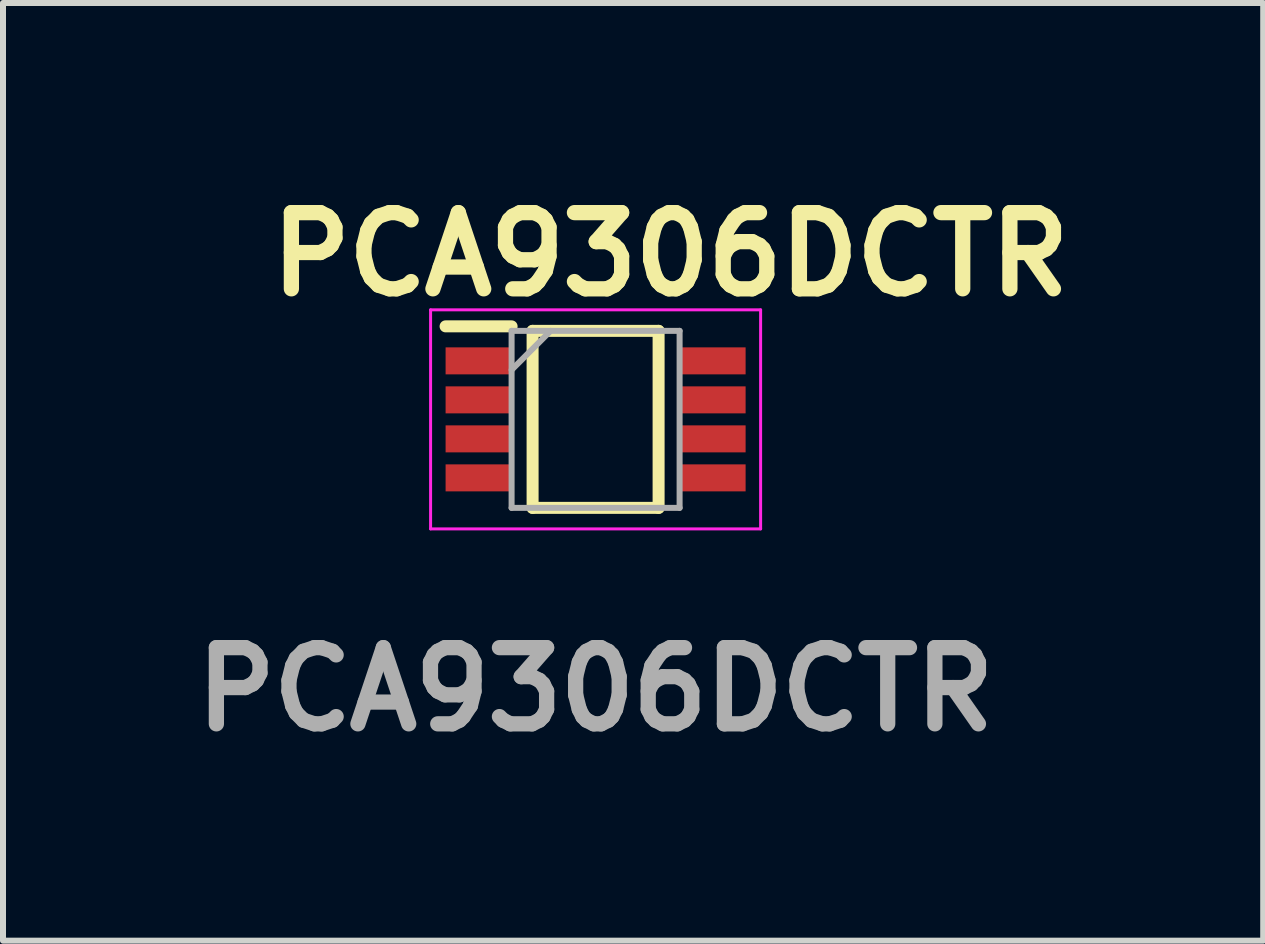
<source format=kicad_pcb>
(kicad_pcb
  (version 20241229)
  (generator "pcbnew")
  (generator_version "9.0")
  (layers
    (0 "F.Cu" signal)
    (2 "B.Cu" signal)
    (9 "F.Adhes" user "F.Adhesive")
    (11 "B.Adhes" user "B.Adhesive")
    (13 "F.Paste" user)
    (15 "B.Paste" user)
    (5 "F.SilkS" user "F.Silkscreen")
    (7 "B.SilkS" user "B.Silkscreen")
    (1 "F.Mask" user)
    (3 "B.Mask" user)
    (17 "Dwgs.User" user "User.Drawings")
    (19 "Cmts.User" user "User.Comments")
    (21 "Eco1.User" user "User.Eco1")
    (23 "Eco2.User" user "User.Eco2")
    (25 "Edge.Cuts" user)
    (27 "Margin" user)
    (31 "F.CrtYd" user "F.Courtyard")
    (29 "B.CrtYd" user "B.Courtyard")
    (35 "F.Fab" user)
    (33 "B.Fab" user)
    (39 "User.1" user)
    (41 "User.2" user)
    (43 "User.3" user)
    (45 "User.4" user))
  (footprint "PCA9306DCTR"
    (layer "F.Cu")
    (at 6.876 3.939)
    (property "Reference" "PCA9306DCTR" (at 1.25 -2.75 0) (layer "F.SilkS") (effects (font (size 1.27 1.27) (thickness 0.254))))
    (attr smd)
    (fp_line (start -2.5 -1.55) (end -1.4 -1.55) (stroke (width 0.2) (type solid)) (layer "F.SilkS"))
    (fp_line (start -1.05 -1.475) (end 1.05 -1.475) (stroke (width 0.2) (type solid)) (layer "F.SilkS"))
    (fp_line (start -1.05 1.475) (end -1.05 -1.475) (stroke (width 0.2) (type solid)) (layer "F.SilkS"))
    (fp_line (start 1.05 -1.475) (end 1.05 1.475) (stroke (width 0.2) (type solid)) (layer "F.SilkS"))
    (fp_line (start 1.05 1.475) (end -1.05 1.475) (stroke (width 0.2) (type solid)) (layer "F.SilkS"))
    (fp_line (start -2.75 -1.825) (end 2.75 -1.825) (stroke (width 0.05) (type solid)) (layer "F.CrtYd"))
    (fp_line (start -2.75 1.825) (end -2.75 -1.825) (stroke (width 0.05) (type solid)) (layer "F.CrtYd"))
    (fp_line (start 2.75 -1.825) (end 2.75 1.825) (stroke (width 0.05) (type solid)) (layer "F.CrtYd"))
    (fp_line (start 2.75 1.825) (end -2.75 1.825) (stroke (width 0.05) (type solid)) (layer "F.CrtYd"))
    (fp_line (start -1.4 -1.475) (end 1.4 -1.475) (stroke (width 0.1) (type solid)) (layer "F.Fab"))
    (fp_line (start -1.4 -0.825) (end -0.75 -1.475) (stroke (width 0.1) (type solid)) (layer "F.Fab"))
    (fp_line (start -1.4 1.475) (end -1.4 -1.475) (stroke (width 0.1) (type solid)) (layer "F.Fab"))
    (fp_line (start 1.4 -1.475) (end 1.4 1.475) (stroke (width 0.1) (type solid)) (layer "F.Fab"))
    (fp_line (start 1.4 1.475) (end -1.4 1.475) (stroke (width 0.1) (type solid)) (layer "F.Fab"))
    (fp_text user "${REFERENCE}" (at 0 4.5 0) (layer "F.Fab") (effects (font (size 1.27 1.27) (thickness 0.254))))
    (pad "1" smd rect (at -1.95 -0.975 90) (size 0.45 1.1) (layers "F.Cu" "F.Mask" "F.Paste"))
    (pad "2" smd rect (at -1.95 -0.325 90) (size 0.45 1.1) (layers "F.Cu" "F.Mask" "F.Paste"))
    (pad "3" smd rect (at -1.95 0.325 90) (size 0.45 1.1) (layers "F.Cu" "F.Mask" "F.Paste"))
    (pad "4" smd rect (at -1.95 0.975 90) (size 0.45 1.1) (layers "F.Cu" "F.Mask" "F.Paste"))
    (pad "5" smd rect (at 1.95 0.975 90) (size 0.45 1.1) (layers "F.Cu" "F.Mask" "F.Paste"))
    (pad "6" smd rect (at 1.95 0.325 90) (size 0.45 1.1) (layers "F.Cu" "F.Mask" "F.Paste"))
    (pad "7" smd rect (at 1.95 -0.325 90) (size 0.45 1.1) (layers "F.Cu" "F.Mask" "F.Paste"))
    (pad "8" smd rect (at 1.95 -0.975 90) (size 0.45 1.1) (layers "F.Cu" "F.Mask" "F.Paste")))
  (gr_rect
    (start -3 -3)
    (end 18.002 12.627)
    (stroke (width 0.1) (type default))
    (fill no)
    (layer "Edge.Cuts")))
</source>
